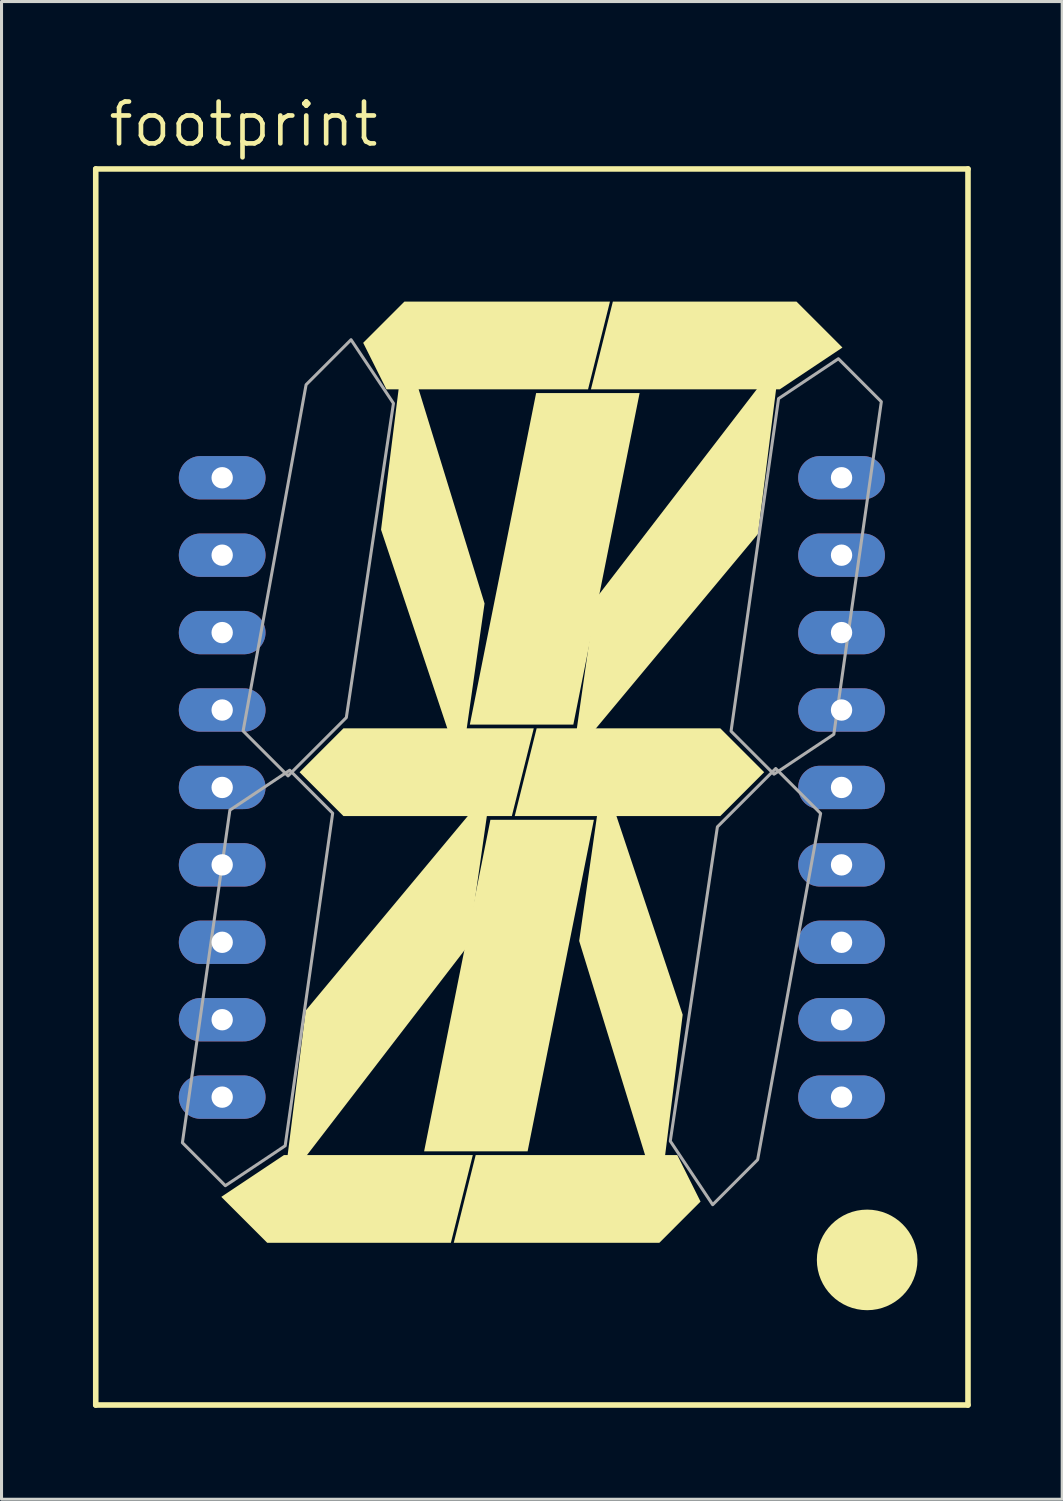
<source format=kicad_pcb>
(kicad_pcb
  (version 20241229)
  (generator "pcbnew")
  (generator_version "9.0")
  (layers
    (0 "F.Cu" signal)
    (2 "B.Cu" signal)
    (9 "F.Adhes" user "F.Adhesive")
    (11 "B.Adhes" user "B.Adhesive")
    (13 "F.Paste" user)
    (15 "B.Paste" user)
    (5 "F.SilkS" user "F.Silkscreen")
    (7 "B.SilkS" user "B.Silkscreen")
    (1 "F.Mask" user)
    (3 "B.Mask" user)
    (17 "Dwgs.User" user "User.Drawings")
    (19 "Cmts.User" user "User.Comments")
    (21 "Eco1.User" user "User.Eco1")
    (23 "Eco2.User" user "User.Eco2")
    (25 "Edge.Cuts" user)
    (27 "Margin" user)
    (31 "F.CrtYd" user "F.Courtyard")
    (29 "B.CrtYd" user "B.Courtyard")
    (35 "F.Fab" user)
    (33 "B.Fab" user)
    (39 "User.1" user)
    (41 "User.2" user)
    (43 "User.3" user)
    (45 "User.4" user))
  (footprint "footprint"
    (layer "F.Cu")
    (at 14.399 22.784)
    (property "Reference" "footprint" (at -13.97 -20.955 0) (layer "F.SilkS") (effects (font (size 1.372 1.372) (thickness 0.152)) (justify left bottom)))
    (fp_line (start -14.308 -20.291) (end -14.308 20.261) (stroke (width 0.183) (type solid)) (layer "F.SilkS"))
    (fp_line (start -14.308 -20.291) (end 14.308 -20.291) (stroke (width 0.183) (type solid)) (layer "F.SilkS"))
    (fp_line (start 14.308 20.261) (end -14.308 20.261) (stroke (width 0.183) (type solid)) (layer "F.SilkS"))
    (fp_line (start 14.308 20.261) (end 14.308 -20.291) (stroke (width 0.183) (type solid)) (layer "F.SilkS"))
    (fp_circle (center 11 15.5) (end 11.825 15.5) (stroke (width 1.65) (type solid)) (fill yes) (layer "F.SilkS"))
    (fp_poly (pts (xy -2.082 5.176) (xy -8.135 13.046) (xy -7.419 7.318) (xy -1.347 0.031)) (stroke (width 0) (type solid)) (fill yes) (layer "F.SilkS"))
    (fp_poly (pts (xy -1.552 -6.035) (xy -2.328 -0.598) (xy -4.948 -8.456) (xy -4.182 -14.583)) (stroke (width 0) (type solid)) (fill yes) (layer "F.SilkS"))
    (fp_poly (pts (xy -0.14 11.939) (xy -3.535 11.939) (xy -1.36 1.061) (xy 2.035 1.061)) (stroke (width 0) (type solid)) (fill yes) (layer "F.SilkS"))
    (fp_poly (pts (xy 1.36 -2.061) (xy -2.035 -2.061) (xy 0.14 -12.939) (xy 3.535 -12.939)) (stroke (width 0) (type solid)) (fill yes) (layer "F.SilkS"))
    (fp_poly (pts (xy 4.948 7.456) (xy 4.182 13.583) (xy 1.552 5.035) (xy 2.328 -0.402)) (stroke (width 0) (type solid)) (fill yes) (layer "F.SilkS"))
    (fp_poly (pts (xy 7.419 -8.318) (xy 1.347 -1.031) (xy 2.082 -6.176) (xy 8.135 -14.046)) (stroke (width 0) (type solid)) (fill yes) (layer "F.SilkS"))
    (fp_poly (pts (xy -2.657 14.939) (xy -8.682 14.939) (xy -10.189 13.432) (xy -8.133 12.061) (xy -1.938 12.061)) (stroke (width 0) (type solid)) (fill yes) (layer "F.SilkS"))
    (fp_poly (pts (xy -0.657 0.939) (xy -6.182 0.939) (xy -7.621 -0.5) (xy -6.182 -1.939) (xy 0.062 -1.939)) (stroke (width 0) (type solid)) (fill yes) (layer "F.SilkS"))
    (fp_poly (pts (xy 1.843 -13.061) (xy -4.771 -13.061) (xy -5.534 -14.587) (xy -4.182 -15.939) (xy 2.562 -15.939)) (stroke (width 0) (type solid)) (fill yes) (layer "F.SilkS"))
    (fp_poly (pts (xy 5.534 13.587) (xy 4.182 14.939) (xy -2.562 14.939) (xy -1.843 12.061) (xy 4.771 12.061)) (stroke (width 0) (type solid)) (fill yes) (layer "F.SilkS"))
    (fp_poly (pts (xy 7.621 -0.5) (xy 6.182 0.939) (xy -0.562 0.939) (xy 0.157 -1.939) (xy 6.182 -1.939)) (stroke (width 0) (type solid)) (fill yes) (layer "F.SilkS"))
    (fp_poly (pts (xy 10.189 -14.432) (xy 8.133 -13.061) (xy 1.938 -13.061) (xy 2.657 -15.939) (xy 8.682 -15.939)) (stroke (width 0) (type solid)) (fill yes) (layer "F.SilkS"))
    (fp_poly (pts (xy -6.535 0.845) (xy -8.093 11.756) (xy -10.056 13.065) (xy -11.465 11.655) (xy -9.907 0.744) (xy -7.944 -0.565)) (stroke (width 0.1) (type solid)) (fill no) (layer "F.Fab"))
    (fp_poly (pts (xy -4.541 -12.602) (xy -6.087 -2.292) (xy -8 -0.379) (xy -9.473 -1.852) (xy -7.407 -13.213) (xy -5.932 -14.689)) (stroke (width 0.1) (type solid)) (fill no) (layer "F.Fab"))
    (fp_poly (pts (xy 9.473 0.852) (xy 7.407 12.213) (xy 5.932 13.689) (xy 4.541 11.602) (xy 6.087 1.292) (xy 8 -0.621)) (stroke (width 0.1) (type solid)) (fill no) (layer "F.Fab"))
    (fp_poly (pts (xy 11.465 -12.655) (xy 9.907 -1.744) (xy 7.944 -0.435) (xy 6.535 -1.845) (xy 8.093 -12.756) (xy 10.056 -14.065)) (stroke (width 0.1) (type solid)) (fill no) (layer "F.Fab"))
    (pad "1" thru_hole oval (at -10.16 -10.16 180) (size 2.845 1.422) (drill 0.7) (layers "*.Cu" "*.Mask"))
    (pad "2" thru_hole oval (at -10.16 -7.62 180) (size 2.845 1.422) (drill 0.7) (layers "*.Cu" "*.Mask"))
    (pad "3" thru_hole oval (at -10.16 -5.08 180) (size 2.845 1.422) (drill 0.7) (layers "*.Cu" "*.Mask"))
    (pad "4" thru_hole oval (at -10.16 -2.54 180) (size 2.845 1.422) (drill 0.7) (layers "*.Cu" "*.Mask"))
    (pad "5" thru_hole oval (at -10.16 0 180) (size 2.845 1.422) (drill 0.7) (layers "*.Cu" "*.Mask"))
    (pad "6" thru_hole oval (at -10.16 2.54 180) (size 2.845 1.422) (drill 0.7) (layers "*.Cu" "*.Mask"))
    (pad "7" thru_hole oval (at -10.16 5.08 180) (size 2.845 1.422) (drill 0.7) (layers "*.Cu" "*.Mask"))
    (pad "8" thru_hole oval (at -10.16 7.62 180) (size 2.845 1.422) (drill 0.7) (layers "*.Cu" "*.Mask"))
    (pad "9" thru_hole oval (at -10.16 10.16 180) (size 2.845 1.422) (drill 0.7) (layers "*.Cu" "*.Mask"))
    (pad "10" thru_hole oval (at 10.16 10.16) (size 2.845 1.422) (drill 0.7) (layers "*.Cu" "*.Mask"))
    (pad "11" thru_hole oval (at 10.16 7.62) (size 2.845 1.422) (drill 0.7) (layers "*.Cu" "*.Mask"))
    (pad "12" thru_hole oval (at 10.16 5.08) (size 2.845 1.422) (drill 0.7) (layers "*.Cu" "*.Mask"))
    (pad "13" thru_hole oval (at 10.16 2.54) (size 2.845 1.422) (drill 0.7) (layers "*.Cu" "*.Mask"))
    (pad "14" thru_hole oval (at 10.16 0) (size 2.845 1.422) (drill 0.7) (layers "*.Cu" "*.Mask"))
    (pad "15" thru_hole oval (at 10.16 -2.54) (size 2.845 1.422) (drill 0.7) (layers "*.Cu" "*.Mask"))
    (pad "16" thru_hole oval (at 10.16 -5.08) (size 2.845 1.422) (drill 0.7) (layers "*.Cu" "*.Mask"))
    (pad "17" thru_hole oval (at 10.16 -7.62) (size 2.845 1.422) (drill 0.7) (layers "*.Cu" "*.Mask"))
    (pad "18" thru_hole oval (at 10.16 -10.16) (size 2.845 1.422) (drill 0.7) (layers "*.Cu" "*.Mask")))
  (gr_rect
    (start -3 -3)
    (end 31.798 46.136)
    (stroke (width 0.1) (type default))
    (fill no)
    (layer "Edge.Cuts")))
</source>
